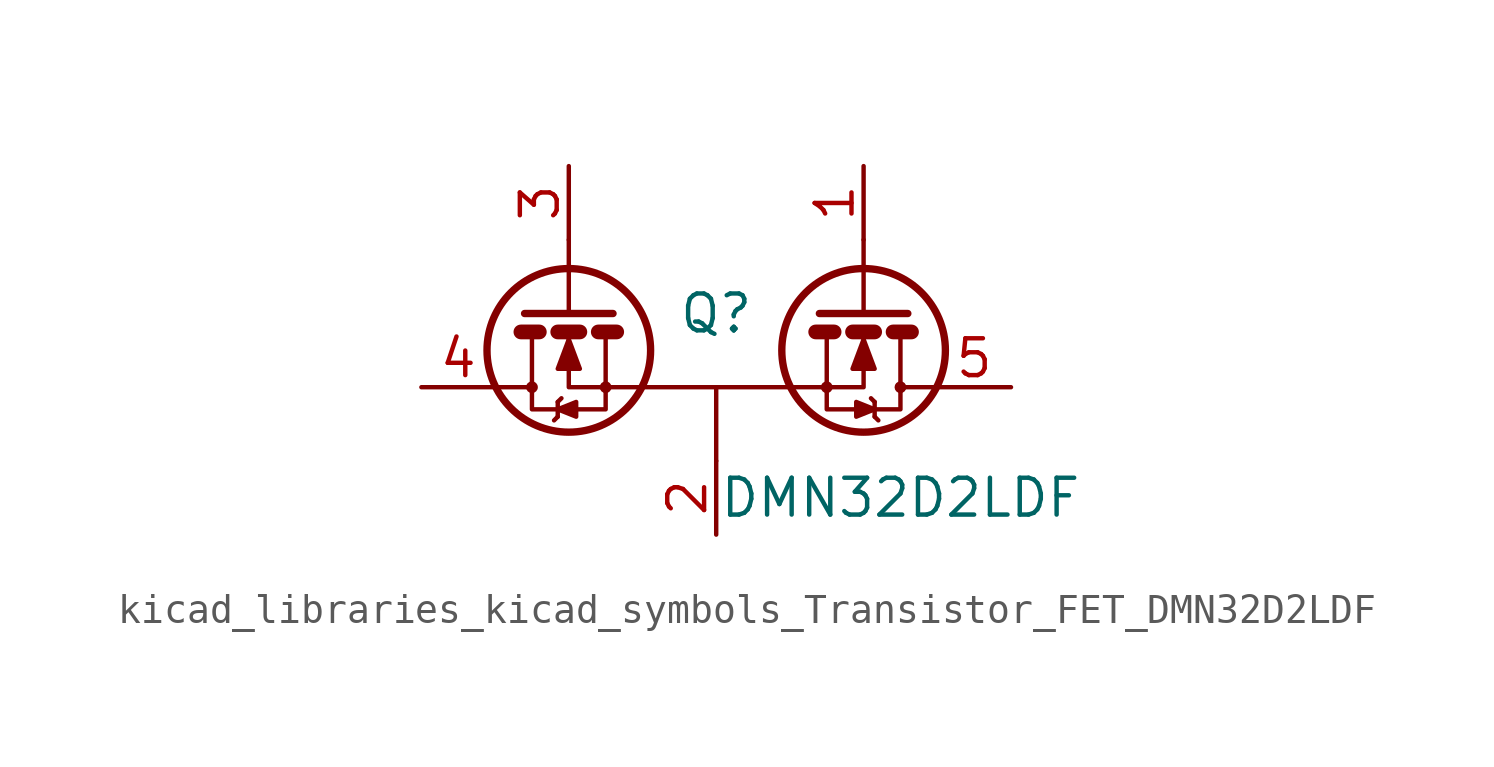
<source format=kicad_sym>
(kicad_symbol_lib
  (version 20220914)
  (generator kicad_symbol_editor)
  (symbol "kicad_libraries_kicad_symbols_Transistor_FET_DMN32D2LDF"
    (pin_names hide)
    (property "Reference" "Q"
      (at 0 2.54 0)
      (effects (font (size 1.27 1.27))))
    (property "Value" "DMN32D2LDF"
      (at 6.35 -3.81 0)
      (effects (font (size 1.27 1.27))))
    (symbol "kicad_libraries_kicad_symbols_Transistor_FET_DMN32D2LDF_0_1"
      (polyline (pts (xy -2.54 0) (xy 2.54 0)) (stroke (width 0) (type default)) (fill (type none)))
      (polyline (pts (xy 0 -2.54) (xy 0 0)) (stroke (width 0) (type default)) (fill (type none))))
    (symbol "kicad_libraries_kicad_symbols_Transistor_FET_DMN32D2LDF_1_1"
      (circle (center -6.35 0) (radius 0.127) (stroke (width 0) (type default)) (fill (type none)))
      (circle (center -5.08 1.27) (radius 2.819) (stroke (width 0.254) (type default)) (fill (type none)))
      (circle (center -3.81 0) (radius 0.127) (stroke (width 0) (type default)) (fill (type none)))
      (polyline (pts (xy -6.731 1.905) (xy -6.096 1.905)) (stroke (width 0.508) (type default)) (fill (type none)))
      (polyline (pts (xy -5.461 -1.016) (xy -5.588 -1.143)) (stroke (width 0) (type default)) (fill (type none)))
      (polyline (pts (xy -5.461 -0.508) (xy -5.461 -1.016)) (stroke (width 0) (type default)) (fill (type none)))
      (polyline (pts (xy -5.461 -0.508) (xy -5.334 -0.381)) (stroke (width 0) (type default)) (fill (type none)))
      (polyline (pts (xy -5.461 1.905) (xy -4.699 1.905)) (stroke (width 0.508) (type default)) (fill (type none)))
      (polyline (pts (xy -5.08 2.54) (xy -5.08 5.08)) (stroke (width 0) (type default)) (fill (type none)))
      (polyline (pts (xy -4.064 1.905) (xy -3.429 1.905)) (stroke (width 0.508) (type default)) (fill (type none)))
      (polyline (pts (xy 4.064 1.905) (xy 3.429 1.905)) (stroke (width 0.508) (type default)) (fill (type none)))
      (polyline (pts (xy 5.08 2.54) (xy 5.08 5.08)) (stroke (width 0) (type default)) (fill (type none)))
      (polyline (pts (xy 5.461 -1.016) (xy 5.588 -1.143)) (stroke (width 0) (type default)) (fill (type none)))
      (polyline (pts (xy 5.461 -0.508) (xy 5.334 -0.381)) (stroke (width 0) (type default)) (fill (type none)))
      (polyline (pts (xy 5.461 -0.508) (xy 5.461 -1.016)) (stroke (width 0) (type default)) (fill (type none)))
      (polyline (pts (xy 5.461 1.905) (xy 4.699 1.905)) (stroke (width 0.508) (type default)) (fill (type none)))
      (polyline (pts (xy 6.731 1.905) (xy 6.096 1.905)) (stroke (width 0.508) (type default)) (fill (type none)))
      (polyline (pts (xy -6.604 2.54) (xy -3.556 2.54) (xy -3.556 2.54)) (stroke (width 0.254) (type default)) (fill (type none)))
      (polyline (pts (xy 6.604 2.54) (xy 3.556 2.54) (xy 3.556 2.54)) (stroke (width 0.254) (type default)) (fill (type none)))
      (polyline (pts (xy -6.35 0) (xy -6.35 -0.762) (xy -3.81 -0.762) (xy -3.81 0)) (stroke (width 0) (type default)) (fill (type none)))
      (polyline (pts (xy -6.35 1.778) (xy -6.35 0) (xy -7.62 0) (xy -7.62 0)) (stroke (width 0) (type default)) (fill (type none)))
      (polyline (pts (xy -5.461 -0.762) (xy -4.826 -0.508) (xy -4.826 -1.016) (xy -5.461 -0.762)) (stroke (width 0) (type default)) (fill (type outline)))
      (polyline (pts (xy -3.81 1.778) (xy -3.81 0) (xy -2.54 0) (xy -2.54 0)) (stroke (width 0) (type default)) (fill (type none)))
      (polyline (pts (xy 3.81 1.778) (xy 3.81 0) (xy 2.54 0) (xy 2.54 0)) (stroke (width 0) (type default)) (fill (type none)))
      (polyline (pts (xy 5.461 -0.762) (xy 4.826 -0.508) (xy 4.826 -1.016) (xy 5.461 -0.762)) (stroke (width 0) (type default)) (fill (type outline)))
      (polyline (pts (xy 6.35 0) (xy 6.35 -0.762) (xy 3.81 -0.762) (xy 3.81 0)) (stroke (width 0) (type default)) (fill (type none)))
      (polyline (pts (xy 6.35 1.778) (xy 6.35 0) (xy 7.62 0) (xy 7.62 0)) (stroke (width 0) (type default)) (fill (type none)))
      (polyline (pts (xy -5.08 1.778) (xy -5.08 1.27) (xy -5.08 0) (xy -3.81 0) (xy -3.81 0)) (stroke (width 0) (type default)) (fill (type none)))
      (polyline (pts (xy 5.08 1.778) (xy 5.08 1.27) (xy 5.08 0) (xy 3.81 0) (xy 3.81 0)) (stroke (width 0) (type default)) (fill (type none)))
      (polyline (pts (xy -5.08 1.651) (xy -5.461 0.635) (xy -4.699 0.635) (xy -5.08 1.651) (xy -5.08 1.524) (xy -5.08 1.524)) (stroke (width 0) (type default)) (fill (type outline)))
      (polyline (pts (xy 5.08 1.651) (xy 5.461 0.635) (xy 4.699 0.635) (xy 5.08 1.651) (xy 5.08 1.524) (xy 5.08 1.524)) (stroke (width 0) (type default)) (fill (type outline)))
      (circle (center 3.81 0) (radius 0.127) (stroke (width 0) (type default)) (fill (type none)))
      (circle (center 5.08 1.27) (radius 2.819) (stroke (width 0.254) (type default)) (fill (type none)))
      (circle (center 6.35 0) (radius 0.127) (stroke (width 0) (type default)) (fill (type none)))
      (pin input line (at 5.08 7.62 270) (length 2.54) (name "G1" (effects (font (size 1.27 1.27)))) (number "1" (effects (font (size 1.27 1.27)))))
      (pin passive line (at 0 -5.08 90) (length 2.54) (name "S" (effects (font (size 1.27 1.27)))) (number "2" (effects (font (size 1.27 1.27)))))
      (pin input line (at -5.08 7.62 270) (length 2.54) (name "G2" (effects (font (size 1.27 1.27)))) (number "3" (effects (font (size 1.27 1.27)))))
      (pin passive line (at -10.16 0 0) (length 2.54) (name "D2" (effects (font (size 1.27 1.27)))) (number "4" (effects (font (size 1.27 1.27)))))
      (pin passive line (at 10.16 0 180) (length 2.54) (name "D1" (effects (font (size 1.27 1.27)))) (number "5" (effects (font (size 1.27 1.27))))))))
</source>
